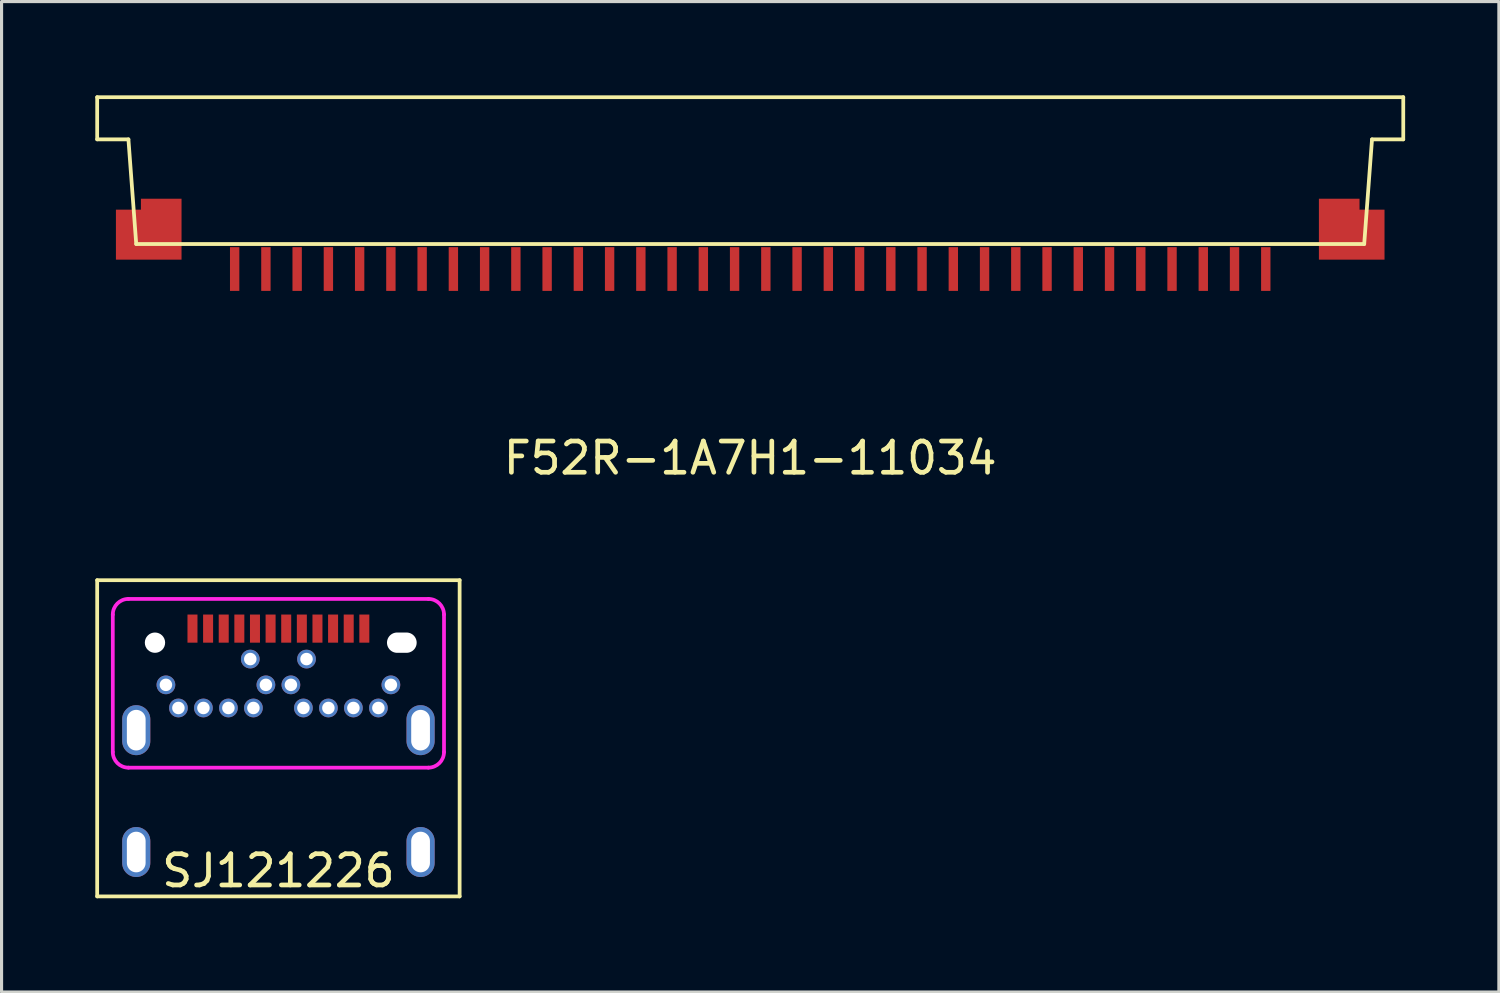
<source format=kicad_pcb>
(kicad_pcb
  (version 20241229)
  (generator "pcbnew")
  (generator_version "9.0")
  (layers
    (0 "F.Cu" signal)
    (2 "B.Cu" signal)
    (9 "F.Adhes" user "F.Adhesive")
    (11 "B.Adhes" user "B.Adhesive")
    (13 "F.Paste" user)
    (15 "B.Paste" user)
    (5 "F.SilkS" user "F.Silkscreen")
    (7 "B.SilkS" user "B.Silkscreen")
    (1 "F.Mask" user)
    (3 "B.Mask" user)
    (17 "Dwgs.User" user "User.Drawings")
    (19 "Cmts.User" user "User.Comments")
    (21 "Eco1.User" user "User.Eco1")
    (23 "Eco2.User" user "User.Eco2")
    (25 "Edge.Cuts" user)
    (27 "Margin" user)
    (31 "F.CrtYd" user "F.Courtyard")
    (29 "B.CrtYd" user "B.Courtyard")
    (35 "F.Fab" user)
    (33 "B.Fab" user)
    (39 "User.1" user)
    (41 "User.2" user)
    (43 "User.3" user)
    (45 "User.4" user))
  (footprint "F52R-1A7H1-11034"
    (layer "F.Cu")
    (at 20.96 5.26)
    (property "Reference" "F52R-1A7H1-11034" (at 0 6.35 0) (layer "F.SilkS") (effects (font (size 1 1) (thickness 0.15))))
    (attr smd)
    (fp_line (start -20.9 -5.2) (end -20.9 -3.85) (stroke (width 0.12) (type solid)) (layer "F.SilkS"))
    (fp_line (start -20.9 -5.2) (end 20.9 -5.2) (stroke (width 0.12) (type solid)) (layer "F.SilkS"))
    (fp_line (start -20.9 -3.85) (end -19.9 -3.85) (stroke (width 0.12) (type solid)) (layer "F.SilkS"))
    (fp_line (start -19.9 -3.85) (end -19.65 -0.5) (stroke (width 0.12) (type solid)) (layer "F.SilkS"))
    (fp_line (start -19.65 -0.5) (end 19.65 -0.5) (stroke (width 0.12) (type solid)) (layer "F.SilkS"))
    (fp_line (start 19.9 -3.85) (end 19.65 -0.5) (stroke (width 0.12) (type solid)) (layer "F.SilkS"))
    (fp_line (start 20.9 -5.2) (end 20.9 -3.85) (stroke (width 0.12) (type solid)) (layer "F.SilkS"))
    (fp_line (start 20.9 -3.85) (end 19.9 -3.85) (stroke (width 0.12) (type solid)) (layer "F.SilkS"))
    (pad "" smd custom (at -19.25 -0.8) (size 2.1 1.6) (layers "F.Cu" "F.Mask" "F.Paste") (options (anchor rect)) (primitives (gr_poly (pts (xy 1.05 -1.15) (xy 1.05 -0.8) (xy -0.25 -0.8) (xy -0.25 -1.15)) (width 0) (fill yes))))
    (pad "" smd custom (at 19.25 -0.8) (size 2.1 1.6) (layers "F.Cu" "F.Mask" "F.Paste") (options (anchor rect)) (primitives (gr_poly (pts (xy -1.05 -1.15) (xy -1.05 -0.8) (xy 0.25 -0.8) (xy 0.25 -1.15)) (width 0) (fill yes))))
    (pad "1" smd rect (at -16.5 0.3) (size 0.3 1.4) (layers "F.Cu" "F.Mask" "F.Paste"))
    (pad "2" smd rect (at -15.5 0.3) (size 0.3 1.4) (layers "F.Cu" "F.Mask" "F.Paste"))
    (pad "3" smd rect (at -14.5 0.3) (size 0.3 1.4) (layers "F.Cu" "F.Mask" "F.Paste"))
    (pad "4" smd rect (at -13.5 0.3) (size 0.3 1.4) (layers "F.Cu" "F.Mask" "F.Paste"))
    (pad "5" smd rect (at -12.5 0.3) (size 0.3 1.4) (layers "F.Cu" "F.Mask" "F.Paste"))
    (pad "6" smd rect (at -11.5 0.3) (size 0.3 1.4) (layers "F.Cu" "F.Mask" "F.Paste"))
    (pad "7" smd rect (at -10.5 0.3) (size 0.3 1.4) (layers "F.Cu" "F.Mask" "F.Paste"))
    (pad "8" smd rect (at -9.5 0.3) (size 0.3 1.4) (layers "F.Cu" "F.Mask" "F.Paste"))
    (pad "9" smd rect (at -8.5 0.3) (size 0.3 1.4) (layers "F.Cu" "F.Mask" "F.Paste"))
    (pad "10" smd rect (at -7.5 0.3) (size 0.3 1.4) (layers "F.Cu" "F.Mask" "F.Paste"))
    (pad "11" smd rect (at -6.5 0.3) (size 0.3 1.4) (layers "F.Cu" "F.Mask" "F.Paste"))
    (pad "12" smd rect (at -5.5 0.3) (size 0.3 1.4) (layers "F.Cu" "F.Mask" "F.Paste"))
    (pad "13" smd rect (at -4.5 0.3) (size 0.3 1.4) (layers "F.Cu" "F.Mask" "F.Paste"))
    (pad "14" smd rect (at -3.5 0.3) (size 0.3 1.4) (layers "F.Cu" "F.Mask" "F.Paste"))
    (pad "15" smd rect (at -2.5 0.3) (size 0.3 1.4) (layers "F.Cu" "F.Mask" "F.Paste"))
    (pad "16" smd rect (at -1.5 0.3) (size 0.3 1.4) (layers "F.Cu" "F.Mask" "F.Paste"))
    (pad "17" smd rect (at -0.5 0.3) (size 0.3 1.4) (layers "F.Cu" "F.Mask" "F.Paste"))
    (pad "18" smd rect (at 0.5 0.3) (size 0.3 1.4) (layers "F.Cu" "F.Mask" "F.Paste"))
    (pad "19" smd rect (at 1.5 0.3) (size 0.3 1.4) (layers "F.Cu" "F.Mask" "F.Paste"))
    (pad "20" smd rect (at 2.5 0.3) (size 0.3 1.4) (layers "F.Cu" "F.Mask" "F.Paste"))
    (pad "21" smd rect (at 3.5 0.3) (size 0.3 1.4) (layers "F.Cu" "F.Mask" "F.Paste"))
    (pad "22" smd rect (at 4.5 0.3) (size 0.3 1.4) (layers "F.Cu" "F.Mask" "F.Paste"))
    (pad "23" smd rect (at 5.5 0.3) (size 0.3 1.4) (layers "F.Cu" "F.Mask" "F.Paste"))
    (pad "24" smd rect (at 6.5 0.3) (size 0.3 1.4) (layers "F.Cu" "F.Mask" "F.Paste"))
    (pad "25" smd rect (at 7.5 0.3) (size 0.3 1.4) (layers "F.Cu" "F.Mask" "F.Paste"))
    (pad "26" smd rect (at 8.5 0.3) (size 0.3 1.4) (layers "F.Cu" "F.Mask" "F.Paste"))
    (pad "27" smd rect (at 9.5 0.3) (size 0.3 1.4) (layers "F.Cu" "F.Mask" "F.Paste"))
    (pad "28" smd rect (at 10.5 0.3) (size 0.3 1.4) (layers "F.Cu" "F.Mask" "F.Paste"))
    (pad "29" smd rect (at 11.5 0.3) (size 0.3 1.4) (layers "F.Cu" "F.Mask" "F.Paste"))
    (pad "30" smd rect (at 12.5 0.3) (size 0.3 1.4) (layers "F.Cu" "F.Mask" "F.Paste"))
    (pad "31" smd rect (at 13.5 0.3) (size 0.3 1.4) (layers "F.Cu" "F.Mask" "F.Paste"))
    (pad "32" smd rect (at 14.5 0.3) (size 0.3 1.4) (layers "F.Cu" "F.Mask" "F.Paste"))
    (pad "33" smd rect (at 15.5 0.3) (size 0.3 1.4) (layers "F.Cu" "F.Mask" "F.Paste"))
    (pad "34" smd rect (at 16.5 0.3) (size 0.3 1.4) (layers "F.Cu" "F.Mask" "F.Paste")))
  (footprint "SJ121226"
    (layer "F.Cu")
    (at 5.86 17.518)
    (property "Reference" "SJ121226" (at 0 7.3 0) (layer "F.SilkS") (effects (font (size 1 1) (thickness 0.15))))
    (attr through_hole)
    (fp_line (start -5.8 -2) (end -5.8 8.12) (stroke (width 0.12) (type solid)) (layer "F.SilkS"))
    (fp_line (start -5.8 -2) (end 5.8 -2) (stroke (width 0.12) (type solid)) (layer "F.SilkS"))
    (fp_line (start -5.8 8.12) (end 5.8 8.12) (stroke (width 0.12) (type solid)) (layer "F.SilkS"))
    (fp_line (start 5.8 -2) (end 5.8 8.12) (stroke (width 0.12) (type solid)) (layer "F.SilkS"))
    (fp_line (start -5.3 -0.9) (end -5.3 3.5) (stroke (width 0.12) (type solid)) (layer "F.CrtYd"))
    (fp_line (start -4.8 -1.4) (end 4.8 -1.4) (stroke (width 0.12) (type solid)) (layer "F.CrtYd"))
    (fp_line (start -4.8 4) (end 4.8 4) (stroke (width 0.12) (type solid)) (layer "F.CrtYd"))
    (fp_line (start 5.3 -0.9) (end 5.3 3.5) (stroke (width 0.12) (type solid)) (layer "F.CrtYd"))
    (fp_arc (start -5.3 -0.9) (mid -5.153553 -1.253553) (end -4.8 -1.4) (stroke (width 0.12) (type solid)) (layer "F.CrtYd"))
    (fp_arc (start -4.8 4) (mid -5.153553 3.853553) (end -5.3 3.5) (stroke (width 0.12) (type solid)) (layer "F.CrtYd"))
    (fp_arc (start 4.8 -1.4) (mid 5.153553 -1.253553) (end 5.3 -0.9) (stroke (width 0.12) (type solid)) (layer "F.CrtYd"))
    (fp_arc (start 5.3 3.5) (mid 5.153553 3.853553) (end 4.8 4) (stroke (width 0.12) (type solid)) (layer "F.CrtYd"))
    (pad "" thru_hole oval (at -4.55 2.8) (size 0.9 1.6) (drill oval 0.6 1.3) (layers "*.Cu" "*.Mask"))
    (pad "" thru_hole oval (at -4.55 6.7) (size 0.9 1.6) (drill oval 0.6 1.3) (layers "*.Cu" "*.Mask"))
    (pad "" np_thru_hole circle (at -3.95 0) (size 0.65 0.65) (drill 0.65) (layers "*.Cu" "*.Mask"))
    (pad "" np_thru_hole oval (at 3.95 0) (size 0.95 0.65) (drill oval 0.95 0.65) (layers "*.Cu" "*.Mask"))
    (pad "" thru_hole oval (at 4.55 2.8) (size 0.9 1.6) (drill oval 0.6 1.3) (layers "*.Cu" "*.Mask"))
    (pad "" thru_hole oval (at 4.55 6.7) (size 0.9 1.6) (drill oval 0.6 1.3) (layers "*.Cu" "*.Mask"))
    (pad "A1" smd rect (at -2.75 -0.45) (size 0.32 0.9) (layers "F.Cu" "F.Mask" "F.Paste"))
    (pad "A2" smd rect (at -2.25 -0.45) (size 0.32 0.9) (layers "F.Cu" "F.Mask" "F.Paste"))
    (pad "A3" smd rect (at -1.75 -0.45) (size 0.32 0.9) (layers "F.Cu" "F.Mask" "F.Paste"))
    (pad "A4" smd rect (at -1.25 -0.45) (size 0.32 0.9) (layers "F.Cu" "F.Mask" "F.Paste"))
    (pad "A5" smd rect (at -0.75 -0.45) (size 0.32 0.9) (layers "F.Cu" "F.Mask" "F.Paste"))
    (pad "A6" smd rect (at -0.25 -0.45) (size 0.32 0.9) (layers "F.Cu" "F.Mask" "F.Paste"))
    (pad "A7" smd rect (at 0.25 -0.45) (size 0.32 0.9) (layers "F.Cu" "F.Mask" "F.Paste"))
    (pad "A8" smd rect (at 0.75 -0.45) (size 0.32 0.9) (layers "F.Cu" "F.Mask" "F.Paste"))
    (pad "A9" smd rect (at 1.25 -0.45) (size 0.32 0.9) (layers "F.Cu" "F.Mask" "F.Paste"))
    (pad "A10" smd rect (at 1.75 -0.45) (size 0.32 0.9) (layers "F.Cu" "F.Mask" "F.Paste"))
    (pad "A11" smd rect (at 2.25 -0.45) (size 0.32 0.9) (layers "F.Cu" "F.Mask" "F.Paste"))
    (pad "A12" smd rect (at 2.75 -0.45) (size 0.32 0.9) (layers "F.Cu" "F.Mask" "F.Paste"))
    (pad "B1" thru_hole circle (at 3.6 1.35) (size 0.6 0.6) (drill 0.4) (layers "*.Cu" "*.Mask"))
    (pad "B2" thru_hole circle (at 3.2 2.09) (size 0.6 0.6) (drill 0.4) (layers "*.Cu" "*.Mask"))
    (pad "B3" thru_hole circle (at 2.4 2.09) (size 0.6 0.6) (drill 0.4) (layers "*.Cu" "*.Mask"))
    (pad "B4" thru_hole circle (at 1.6 2.09) (size 0.6 0.6) (drill 0.4) (layers "*.Cu" "*.Mask"))
    (pad "B5" thru_hole circle (at 0.8 2.09) (size 0.6 0.6) (drill 0.4) (layers "*.Cu" "*.Mask"))
    (pad "B6" thru_hole circle (at 0.4 1.35) (size 0.6 0.6) (drill 0.4) (layers "*.Cu" "*.Mask"))
    (pad "B7" thru_hole circle (at -0.4 1.35) (size 0.6 0.6) (drill 0.4) (layers "*.Cu" "*.Mask"))
    (pad "B8" thru_hole circle (at -0.8 2.09) (size 0.6 0.6) (drill 0.4) (layers "*.Cu" "*.Mask"))
    (pad "B9" thru_hole circle (at -1.6 2.09) (size 0.6 0.6) (drill 0.4) (layers "*.Cu" "*.Mask"))
    (pad "B10" thru_hole circle (at -2.4 2.09) (size 0.6 0.6) (drill 0.4) (layers "*.Cu" "*.Mask"))
    (pad "B11" thru_hole circle (at -3.2 2.09) (size 0.6 0.6) (drill 0.4) (layers "*.Cu" "*.Mask"))
    (pad "B12" thru_hole circle (at -3.6 1.35) (size 0.6 0.6) (drill 0.4) (layers "*.Cu" "*.Mask"))
    (pad "S1" thru_hole circle (at -0.9 0.525) (size 0.6 0.6) (drill 0.4) (layers "*.Cu" "*.Mask"))
    (pad "S2" thru_hole circle (at 0.9 0.525) (size 0.6 0.6) (drill 0.4) (layers "*.Cu" "*.Mask")))
  (gr_rect
    (start -3 -3)
    (end 44.92 28.698)
    (stroke (width 0.1) (type default))
    (fill no)
    (layer "Edge.Cuts")))
</source>
